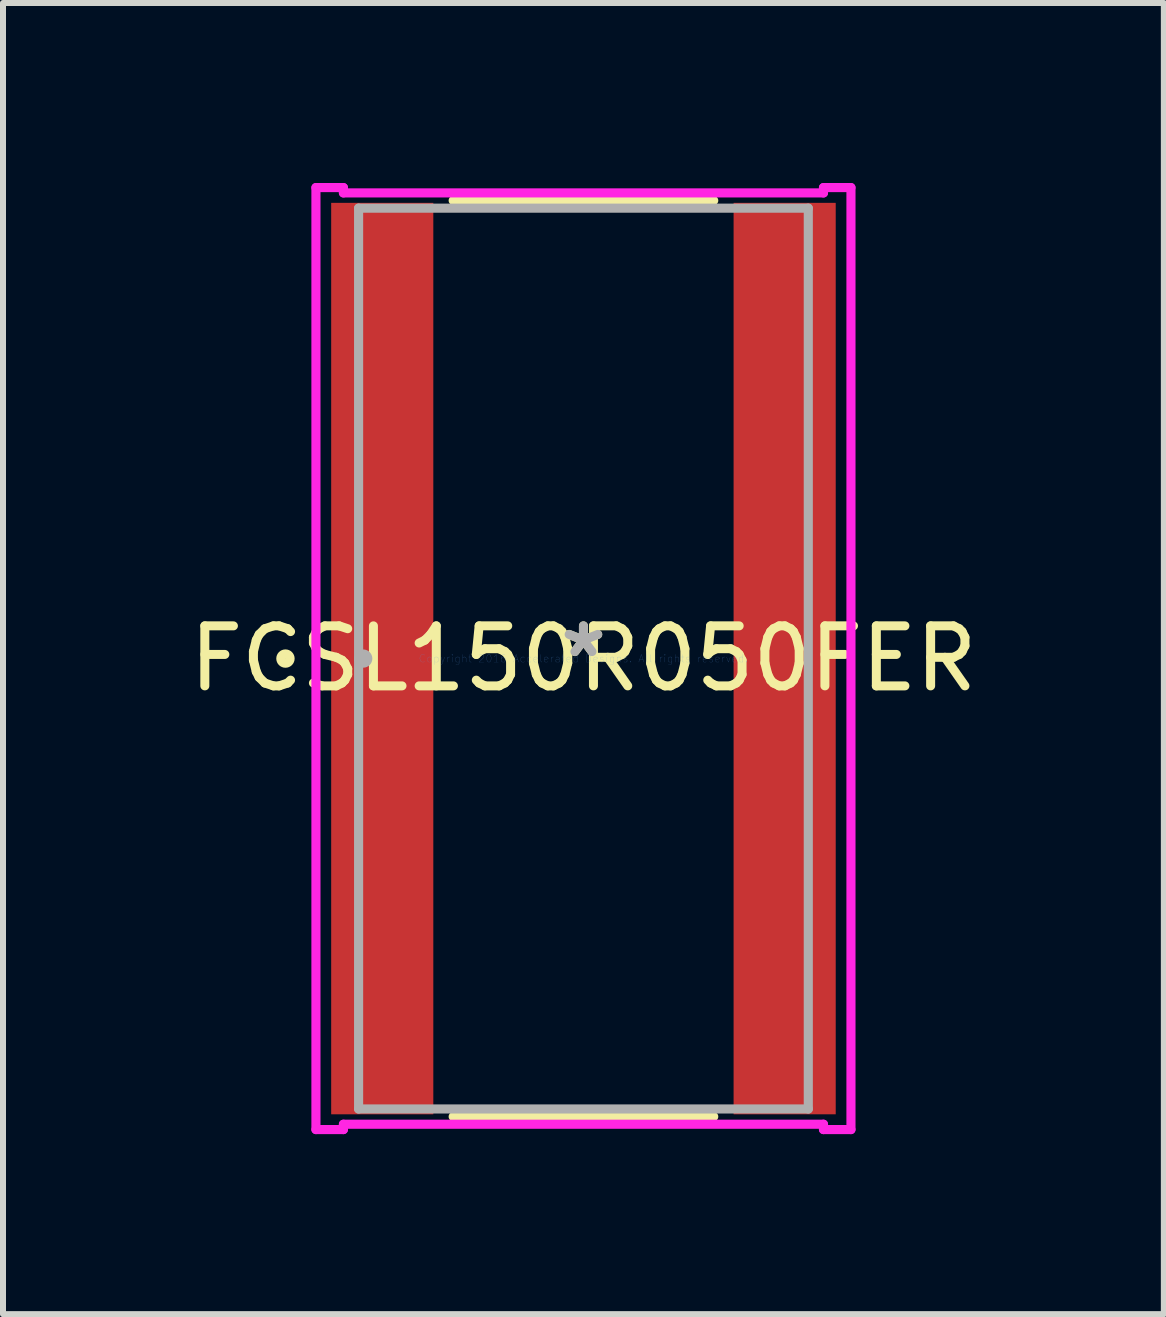
<source format=kicad_pcb>
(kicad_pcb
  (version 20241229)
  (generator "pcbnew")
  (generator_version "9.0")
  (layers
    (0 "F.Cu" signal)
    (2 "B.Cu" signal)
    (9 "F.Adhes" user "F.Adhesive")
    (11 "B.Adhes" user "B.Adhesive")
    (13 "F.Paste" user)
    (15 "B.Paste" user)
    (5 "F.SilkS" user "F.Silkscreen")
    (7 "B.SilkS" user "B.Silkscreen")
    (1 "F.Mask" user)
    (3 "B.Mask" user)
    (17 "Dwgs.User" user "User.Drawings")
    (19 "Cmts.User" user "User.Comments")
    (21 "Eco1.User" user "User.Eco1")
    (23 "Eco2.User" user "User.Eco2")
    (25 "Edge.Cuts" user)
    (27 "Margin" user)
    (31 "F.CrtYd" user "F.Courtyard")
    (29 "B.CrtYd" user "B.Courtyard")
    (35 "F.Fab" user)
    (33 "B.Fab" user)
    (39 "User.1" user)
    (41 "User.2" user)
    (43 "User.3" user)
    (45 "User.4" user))
  (footprint "FCSL150R050FER"
    (layer "F.Cu")
    (at 6.673 7.925)
    (property "Reference" "FCSL150R050FER" (at 0 0 0) (layer "F.SilkS") (effects (font (size 1 1) (thickness 0.15))))
    (attr through_hole)
    (fp_line (start -2.171 7.633) (end 2.171 7.633) (stroke (width 0.152) (type solid)) (layer "F.SilkS"))
    (fp_line (start 2.171 -7.633) (end -2.171 -7.633) (stroke (width 0.152) (type solid)) (layer "F.SilkS"))
    (fp_circle (center -4.966 0) (end -4.889 0) (stroke (width 0.152) (type solid)) (fill no) (layer "F.SilkS"))
    (fp_line (start -4.458 -7.849) (end -4 -7.849) (stroke (width 0.152) (type solid)) (layer "F.CrtYd"))
    (fp_line (start -4.458 7.849) (end -4.458 -7.849) (stroke (width 0.152) (type solid)) (layer "F.CrtYd"))
    (fp_line (start -4 -7.849) (end -4 -7.76) (stroke (width 0.152) (type solid)) (layer "F.CrtYd"))
    (fp_line (start -4 -7.76) (end 4 -7.76) (stroke (width 0.152) (type solid)) (layer "F.CrtYd"))
    (fp_line (start -4 7.76) (end -4 7.849) (stroke (width 0.152) (type solid)) (layer "F.CrtYd"))
    (fp_line (start -4 7.849) (end -4.458 7.849) (stroke (width 0.152) (type solid)) (layer "F.CrtYd"))
    (fp_line (start 4 -7.849) (end 4.458 -7.849) (stroke (width 0.152) (type solid)) (layer "F.CrtYd"))
    (fp_line (start 4 -7.76) (end 4 -7.849) (stroke (width 0.152) (type solid)) (layer "F.CrtYd"))
    (fp_line (start 4 7.76) (end -4 7.76) (stroke (width 0.152) (type solid)) (layer "F.CrtYd"))
    (fp_line (start 4 7.849) (end 4 7.76) (stroke (width 0.152) (type solid)) (layer "F.CrtYd"))
    (fp_line (start 4.458 -7.849) (end 4.458 7.849) (stroke (width 0.152) (type solid)) (layer "F.CrtYd"))
    (fp_line (start 4.458 7.849) (end 4 7.849) (stroke (width 0.152) (type solid)) (layer "F.CrtYd"))
    (fp_line (start -3.747 -7.506) (end -3.747 7.506) (stroke (width 0.152) (type solid)) (layer "F.Fab"))
    (fp_line (start -3.747 7.506) (end 3.747 7.506) (stroke (width 0.152) (type solid)) (layer "F.Fab"))
    (fp_line (start 3.747 -7.506) (end -3.747 -7.506) (stroke (width 0.152) (type solid)) (layer "F.Fab"))
    (fp_line (start 3.747 7.506) (end 3.747 -7.506) (stroke (width 0.152) (type solid)) (layer "F.Fab"))
    (fp_circle (center -3.67 0) (end -3.594 0) (stroke (width 0.152) (type solid)) (fill no) (layer "F.Fab"))
    (fp_text user "*" (at 0 0 0) (layer "F.SilkS") (effects (font (size 1 1) (thickness 0.15))))
    (fp_text user "Copyright 2016 Accelerated Designs. All rights reserved." (at 0 0 0) (layer "Cmts.User") (effects (font (size 0.127 0.127) (thickness 0.002))))
    (fp_text user "*" (at 0 0 0) (layer "F.Fab") (effects (font (size 1 1) (thickness 0.15))))
    (pad "1" smd rect (at -3.353 0) (size 1.702 15.189) (layers "F.Cu" "F.Mask" "F.Paste"))
    (pad "2" smd rect (at 3.353 0) (size 1.702 15.189) (layers "F.Cu" "F.Mask" "F.Paste")))
  (gr_rect
    (start -3 -3)
    (end 16.345 18.85)
    (stroke (width 0.1) (type default))
    (fill no)
    (layer "Edge.Cuts")))
</source>
